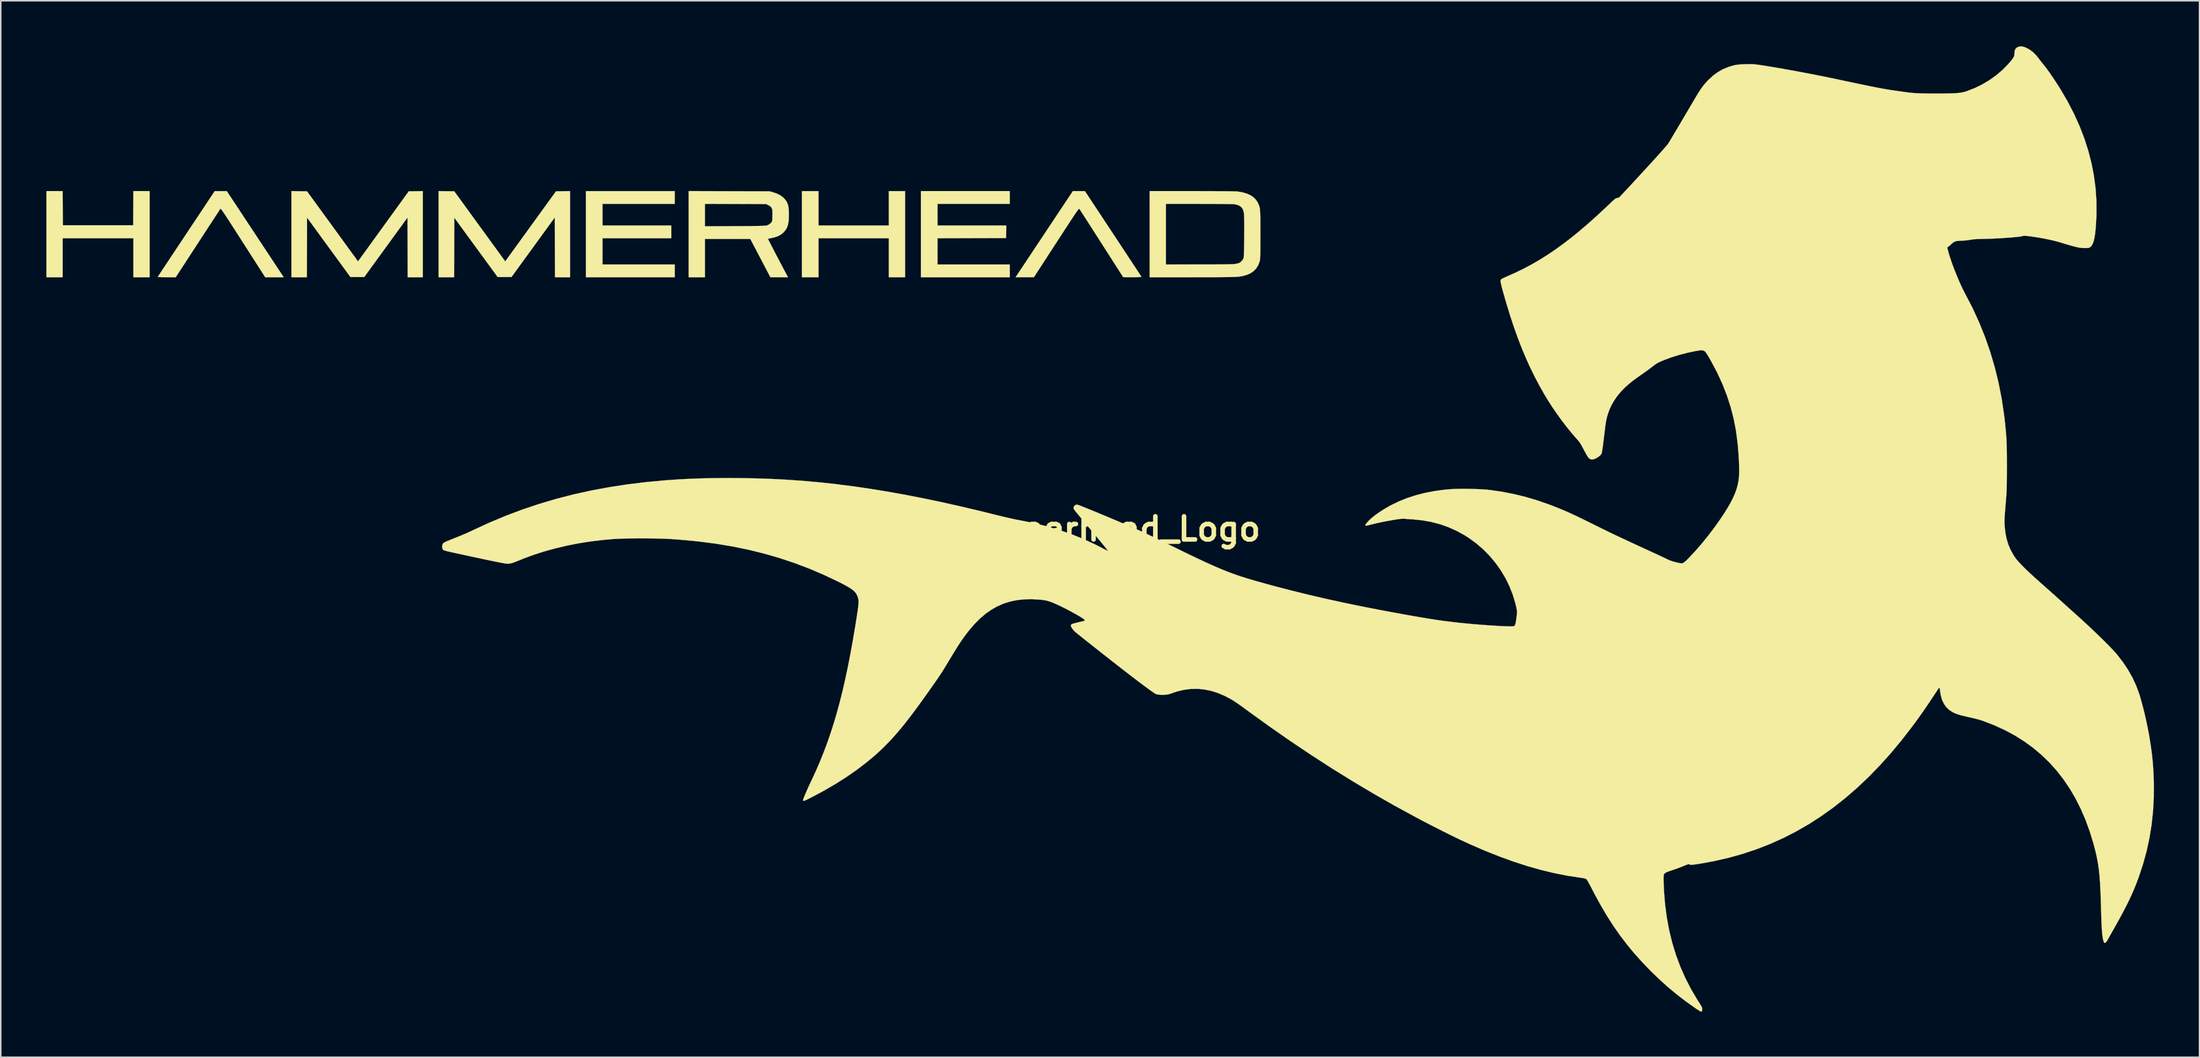
<source format=kicad_pcb>
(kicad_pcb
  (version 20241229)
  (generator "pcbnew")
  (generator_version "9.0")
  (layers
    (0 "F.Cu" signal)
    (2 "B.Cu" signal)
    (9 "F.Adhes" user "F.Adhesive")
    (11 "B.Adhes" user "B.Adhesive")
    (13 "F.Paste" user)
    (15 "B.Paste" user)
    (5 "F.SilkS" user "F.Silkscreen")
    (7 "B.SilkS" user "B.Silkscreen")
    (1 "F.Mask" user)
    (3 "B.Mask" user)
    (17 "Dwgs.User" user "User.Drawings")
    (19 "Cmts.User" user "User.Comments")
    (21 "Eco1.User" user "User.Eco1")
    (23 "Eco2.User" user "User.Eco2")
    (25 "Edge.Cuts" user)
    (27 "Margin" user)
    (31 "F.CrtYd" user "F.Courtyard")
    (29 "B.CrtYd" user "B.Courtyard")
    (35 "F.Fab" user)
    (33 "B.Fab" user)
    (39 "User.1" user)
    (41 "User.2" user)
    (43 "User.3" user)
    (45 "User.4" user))
  (footprint "hammerhead_Logo"
    (layer "F.Cu")
    (at 69.34 31.782)
    (property "Reference" "hammerhead_Logo" (at 0 0 0) (layer "F.SilkS") (effects (font (size 1.524 1.524) (thickness 0.3))))
    (attr through_hole)
    (fp_poly (pts (xy -27.993 -21.408) (xy -32.748 -21.408) (xy -32.748 -19.984) (xy -28.222 -19.984) (xy -28.222 -19.145) (xy -32.748 -19.145) (xy -32.748 -17.416) (xy -27.993 -17.416) (xy -27.993 -16.577) (xy -33.841 -16.577) (xy -33.841 -22.247) (xy -27.993 -22.247) (xy -27.993 -21.408)) (stroke (width 0.01) (type solid)) (fill yes) (layer "F.SilkS"))
    (fp_poly (pts (xy -18.535 -19.984) (xy -13.908 -19.984) (xy -13.908 -22.247) (xy -12.84 -22.247) (xy -12.84 -16.577) (xy -13.908 -16.577) (xy -13.908 -19.145) (xy -18.535 -19.145) (xy -18.535 -16.577) (xy -19.628 -16.577) (xy -19.628 -22.247) (xy -18.535 -22.247) (xy -18.535 -19.984)) (stroke (width 0.01) (type solid)) (fill yes) (layer "F.SilkS"))
    (fp_poly (pts (xy -68.255 -19.997) (xy -63.627 -19.997) (xy -63.621 -21.122) (xy -63.614 -22.247) (xy -62.547 -22.247) (xy -62.547 -16.577) (xy -63.614 -16.577) (xy -63.614 -19.145) (xy -68.267 -19.145) (xy -68.267 -16.577) (xy -69.335 -16.577) (xy -69.335 -22.247) (xy -68.268 -22.247) (xy -68.255 -19.997)) (stroke (width 0.01) (type solid)) (fill yes) (layer "F.SilkS"))
    (fp_poly (pts (xy -5.95 -21.408) (xy -10.704 -21.408) (xy -10.704 -19.984) (xy -6.177 -19.984) (xy -6.191 -19.158) (xy -8.448 -19.152) (xy -10.704 -19.145) (xy -10.704 -17.416) (xy -5.95 -17.416) (xy -5.95 -16.577) (xy -11.797 -16.577) (xy -11.797 -22.247) (xy -5.95 -22.247) (xy -5.95 -21.408)) (stroke (width 0.01) (type solid)) (fill yes) (layer "F.SilkS"))
    (fp_poly (pts (xy -34.884 -16.577) (xy -35.875 -16.577) (xy -35.888 -20.511) (xy -37.312 -18.551) (xy -38.736 -16.59) (xy -39.646 -16.59) (xy -42.499 -20.5) (xy -42.505 -18.539) (xy -42.512 -16.577) (xy -43.528 -16.577) (xy -43.528 -22.248) (xy -42.502 -22.235) (xy -40.824 -19.927) (xy -39.147 -17.62) (xy -39.049 -17.754) (xy -39.021 -17.792) (xy -38.966 -17.869) (xy -38.884 -17.982) (xy -38.779 -18.126) (xy -38.653 -18.301) (xy -38.508 -18.502) (xy -38.345 -18.727) (xy -38.167 -18.972) (xy -37.977 -19.236) (xy -37.775 -19.515) (xy -37.565 -19.805) (xy -37.38 -20.061) (xy -35.808 -22.235) (xy -34.884 -22.248) (xy -34.884 -16.577)) (stroke (width 0.01) (type solid)) (fill yes) (layer "F.SilkS"))
    (fp_poly (pts (xy -44.571 -16.577) (xy -45.562 -16.577) (xy -45.569 -18.544) (xy -45.575 -20.511) (xy -48.423 -16.59) (xy -49.333 -16.59) (xy -50.759 -18.545) (xy -52.186 -20.501) (xy -52.192 -18.539) (xy -52.199 -16.577) (xy -53.215 -16.577) (xy -53.215 -22.248) (xy -52.702 -22.241) (xy -52.189 -22.235) (xy -50.511 -19.928) (xy -48.834 -17.621) (xy -48.736 -17.754) (xy -48.708 -17.792) (xy -48.652 -17.869) (xy -48.571 -17.982) (xy -48.466 -18.126) (xy -48.34 -18.301) (xy -48.194 -18.502) (xy -48.032 -18.727) (xy -47.854 -18.972) (xy -47.663 -19.236) (xy -47.462 -19.515) (xy -47.252 -19.805) (xy -47.067 -20.061) (xy -45.495 -22.235) (xy -45.033 -22.241) (xy -44.571 -22.248) (xy -44.571 -16.577)) (stroke (width 0.01) (type solid)) (fill yes) (layer "F.SilkS"))
    (fp_poly (pts (xy -55.719 -19.597) (xy -55.497 -19.261) (xy -55.282 -18.935) (xy -55.074 -18.621) (xy -54.876 -18.321) (xy -54.691 -18.04) (xy -54.518 -17.779) (xy -54.361 -17.541) (xy -54.221 -17.329) (xy -54.1 -17.146) (xy -54 -16.995) (xy -53.923 -16.878) (xy -53.87 -16.799) (xy -53.846 -16.762) (xy -53.722 -16.577) (xy -54.94 -16.577) (xy -56.398 -18.854) (xy -56.631 -19.218) (xy -56.838 -19.541) (xy -57.022 -19.826) (xy -57.182 -20.076) (xy -57.321 -20.291) (xy -57.441 -20.475) (xy -57.542 -20.629) (xy -57.627 -20.757) (xy -57.697 -20.86) (xy -57.753 -20.941) (xy -57.797 -21.001) (xy -57.831 -21.044) (xy -57.855 -21.071) (xy -57.872 -21.085) (xy -57.883 -21.088) (xy -57.889 -21.085) (xy -57.907 -21.058) (xy -57.951 -20.991) (xy -58.019 -20.887) (xy -58.109 -20.749) (xy -58.22 -20.58) (xy -58.348 -20.383) (xy -58.494 -20.16) (xy -58.654 -19.915) (xy -58.826 -19.65) (xy -59.01 -19.368) (xy -59.203 -19.072) (xy -59.374 -18.808) (xy -60.827 -16.577) (xy -61.422 -16.577) (xy -61.589 -16.578) (xy -61.737 -16.581) (xy -61.86 -16.584) (xy -61.95 -16.589) (xy -62 -16.595) (xy -62.008 -16.599) (xy -61.994 -16.622) (xy -61.952 -16.686) (xy -61.886 -16.786) (xy -61.797 -16.922) (xy -61.686 -17.09) (xy -61.555 -17.288) (xy -61.405 -17.513) (xy -61.24 -17.763) (xy -61.059 -18.036) (xy -60.865 -18.329) (xy -60.659 -18.639) (xy -60.443 -18.964) (xy -60.218 -19.302) (xy -60.131 -19.433) (xy -58.262 -22.246) (xy -57.468 -22.247) (xy -55.719 -19.597)) (stroke (width 0.01) (type solid)) (fill yes) (layer "F.SilkS"))
    (fp_poly (pts (xy -1.401 -22.247) (xy -1.004 -22.246) (xy 0.852 -19.434) (xy 1.078 -19.092) (xy 1.296 -18.761) (xy 1.504 -18.445) (xy 1.702 -18.145) (xy 1.887 -17.864) (xy 2.058 -17.605) (xy 2.212 -17.37) (xy 2.35 -17.161) (xy 2.467 -16.981) (xy 2.564 -16.833) (xy 2.639 -16.719) (xy 2.689 -16.642) (xy 2.714 -16.603) (xy 2.716 -16.6) (xy 2.694 -16.593) (xy 2.628 -16.588) (xy 2.525 -16.584) (xy 2.39 -16.58) (xy 2.231 -16.579) (xy 2.119 -16.579) (xy 1.513 -16.58) (xy 0.089 -18.808) (xy -0.107 -19.114) (xy -0.295 -19.409) (xy -0.475 -19.689) (xy -0.643 -19.952) (xy -0.799 -20.194) (xy -0.94 -20.414) (xy -1.064 -20.607) (xy -1.17 -20.771) (xy -1.256 -20.904) (xy -1.32 -21.002) (xy -1.36 -21.062) (xy -1.373 -21.081) (xy -1.381 -21.086) (xy -1.392 -21.083) (xy -1.408 -21.071) (xy -1.431 -21.047) (xy -1.463 -21.008) (xy -1.504 -20.953) (xy -1.556 -20.88) (xy -1.622 -20.785) (xy -1.701 -20.666) (xy -1.797 -20.522) (xy -1.911 -20.35) (xy -2.044 -20.147) (xy -2.198 -19.912) (xy -2.373 -19.642) (xy -2.573 -19.334) (xy -2.799 -18.987) (xy -2.886 -18.853) (xy -4.36 -16.58) (xy -5.566 -16.577) (xy -3.957 -18.999) (xy -3.741 -19.325) (xy -3.528 -19.646) (xy -3.321 -19.958) (xy -3.121 -20.257) (xy -2.933 -20.542) (xy -2.756 -20.807) (xy -2.594 -21.051) (xy -2.449 -21.269) (xy -2.323 -21.458) (xy -2.218 -21.616) (xy -2.136 -21.739) (xy -2.08 -21.823) (xy -2.073 -21.834) (xy -1.797 -22.247) (xy -1.401 -22.247)) (stroke (width 0.01) (type solid)) (fill yes) (layer "F.SilkS"))
    (fp_poly (pts (xy -21.751 -22.234) (xy -21.548 -22.176) (xy -21.282 -22.086) (xy -21.061 -21.977) (xy -20.879 -21.846) (xy -20.825 -21.795) (xy -20.719 -21.68) (xy -20.637 -21.564) (xy -20.575 -21.439) (xy -20.531 -21.298) (xy -20.503 -21.131) (xy -20.488 -20.931) (xy -20.483 -20.69) (xy -20.483 -20.684) (xy -20.49 -20.416) (xy -20.513 -20.191) (xy -20.553 -20) (xy -20.614 -19.836) (xy -20.698 -19.691) (xy -20.807 -19.559) (xy -20.865 -19.501) (xy -21.026 -19.375) (xy -21.217 -19.275) (xy -21.445 -19.199) (xy -21.592 -19.165) (xy -21.701 -19.143) (xy -21.789 -19.124) (xy -21.846 -19.111) (xy -21.862 -19.106) (xy -21.852 -19.083) (xy -21.821 -19.02) (xy -21.771 -18.922) (xy -21.705 -18.794) (xy -21.626 -18.64) (xy -21.536 -18.466) (xy -21.438 -18.276) (xy -21.334 -18.076) (xy -21.226 -17.871) (xy -21.118 -17.665) (xy -21.012 -17.463) (xy -20.911 -17.27) (xy -20.816 -17.091) (xy -20.731 -16.932) (xy -20.659 -16.796) (xy -20.654 -16.787) (xy -20.541 -16.577) (xy -21.701 -16.578) (xy -22.36 -17.836) (xy -23.02 -19.094) (xy -26.01 -19.094) (xy -26.01 -16.577) (xy -27.078 -16.577) (xy -27.078 -19.93) (xy -26.01 -19.93) (xy -24.021 -19.94) (xy -23.621 -19.942) (xy -23.27 -19.944) (xy -22.965 -19.947) (xy -22.705 -19.95) (xy -22.487 -19.954) (xy -22.308 -19.958) (xy -22.167 -19.962) (xy -22.061 -19.967) (xy -21.988 -19.972) (xy -21.946 -19.978) (xy -21.939 -19.98) (xy -21.804 -20.043) (xy -21.685 -20.131) (xy -21.627 -20.196) (xy -21.606 -20.229) (xy -21.59 -20.269) (xy -21.58 -20.325) (xy -21.573 -20.407) (xy -21.569 -20.522) (xy -21.566 -20.641) (xy -21.563 -20.788) (xy -21.563 -20.895) (xy -21.568 -20.972) (xy -21.577 -21.029) (xy -21.592 -21.076) (xy -21.614 -21.123) (xy -21.617 -21.129) (xy -21.662 -21.201) (xy -21.719 -21.256) (xy -21.806 -21.308) (xy -21.828 -21.319) (xy -21.98 -21.395) (xy -23.995 -21.403) (xy -26.01 -21.41) (xy -26.01 -19.93) (xy -27.078 -19.93) (xy -27.078 -22.249) (xy -21.751 -22.234)) (stroke (width 0.01) (type solid)) (fill yes) (layer "F.SilkS"))
    (fp_poly (pts (xy 6.529 -22.247) (xy 6.989 -22.246) (xy 7.405 -22.245) (xy 7.777 -22.243) (xy 8.103 -22.241) (xy 8.384 -22.238) (xy 8.617 -22.235) (xy 8.802 -22.231) (xy 8.939 -22.226) (xy 9.026 -22.222) (xy 9.043 -22.22) (xy 9.357 -22.168) (xy 9.636 -22.088) (xy 9.879 -21.979) (xy 10.082 -21.844) (xy 10.245 -21.684) (xy 10.364 -21.499) (xy 10.374 -21.479) (xy 10.406 -21.41) (xy 10.434 -21.347) (xy 10.457 -21.288) (xy 10.477 -21.226) (xy 10.493 -21.159) (xy 10.506 -21.082) (xy 10.517 -20.99) (xy 10.525 -20.88) (xy 10.53 -20.747) (xy 10.534 -20.586) (xy 10.537 -20.395) (xy 10.538 -20.167) (xy 10.539 -19.9) (xy 10.539 -19.589) (xy 10.539 -19.387) (xy 10.539 -19.059) (xy 10.538 -18.778) (xy 10.538 -18.539) (xy 10.537 -18.34) (xy 10.535 -18.174) (xy 10.532 -18.04) (xy 10.529 -17.931) (xy 10.525 -17.845) (xy 10.52 -17.777) (xy 10.514 -17.723) (xy 10.506 -17.679) (xy 10.498 -17.641) (xy 10.493 -17.622) (xy 10.4 -17.377) (xy 10.272 -17.166) (xy 10.107 -16.99) (xy 9.903 -16.847) (xy 9.661 -16.737) (xy 9.478 -16.681) (xy 9.415 -16.665) (xy 9.353 -16.651) (xy 9.288 -16.639) (xy 9.218 -16.628) (xy 9.14 -16.618) (xy 9.05 -16.61) (xy 8.945 -16.603) (xy 8.823 -16.597) (xy 8.68 -16.592) (xy 8.513 -16.588) (xy 8.319 -16.585) (xy 8.096 -16.582) (xy 7.839 -16.58) (xy 7.547 -16.579) (xy 7.215 -16.578) (xy 6.841 -16.578) (xy 6.422 -16.578) (xy 6.045 -16.577) (xy 3.254 -16.577) (xy 3.254 -17.416) (xy 4.322 -17.416) (xy 6.515 -17.417) (xy 6.922 -17.418) (xy 7.281 -17.418) (xy 7.595 -17.419) (xy 7.867 -17.421) (xy 8.101 -17.423) (xy 8.298 -17.425) (xy 8.463 -17.428) (xy 8.598 -17.432) (xy 8.707 -17.436) (xy 8.791 -17.441) (xy 8.855 -17.446) (xy 8.901 -17.453) (xy 8.901 -17.453) (xy 9.006 -17.475) (xy 9.102 -17.501) (xy 9.168 -17.525) (xy 9.171 -17.527) (xy 9.268 -17.598) (xy 9.358 -17.699) (xy 9.424 -17.81) (xy 9.436 -17.842) (xy 9.444 -17.889) (xy 9.451 -17.982) (xy 9.457 -18.114) (xy 9.462 -18.279) (xy 9.467 -18.471) (xy 9.472 -18.685) (xy 9.475 -18.915) (xy 9.478 -19.155) (xy 9.48 -19.399) (xy 9.481 -19.641) (xy 9.481 -19.875) (xy 9.48 -20.096) (xy 9.478 -20.298) (xy 9.474 -20.475) (xy 9.47 -20.62) (xy 9.465 -20.729) (xy 9.46 -20.785) (xy 9.418 -20.971) (xy 9.347 -21.119) (xy 9.242 -21.233) (xy 9.101 -21.314) (xy 8.919 -21.368) (xy 8.835 -21.382) (xy 8.779 -21.386) (xy 8.675 -21.39) (xy 8.526 -21.394) (xy 8.337 -21.397) (xy 8.108 -21.4) (xy 7.845 -21.403) (xy 7.55 -21.405) (xy 7.226 -21.406) (xy 6.877 -21.407) (xy 6.505 -21.408) (xy 6.49 -21.408) (xy 4.322 -21.408) (xy 4.322 -17.416) (xy 3.254 -17.416) (xy 3.254 -22.247) (xy 6.027 -22.247) (xy 6.529 -22.247)) (stroke (width 0.01) (type solid)) (fill yes) (layer "F.SilkS"))
    (fp_poly (pts (xy 60.784 -31.743) (xy 60.864 -31.714) (xy 61.124 -31.584) (xy 61.367 -31.407) (xy 61.589 -31.185) (xy 61.721 -31.019) (xy 61.799 -30.915) (xy 61.897 -30.789) (xy 62.002 -30.656) (xy 62.096 -30.541) (xy 62.205 -30.404) (xy 62.334 -30.23) (xy 62.479 -30.027) (xy 62.635 -29.801) (xy 62.796 -29.56) (xy 62.959 -29.312) (xy 63.117 -29.063) (xy 63.213 -28.909) (xy 63.675 -28.114) (xy 64.086 -27.315) (xy 64.447 -26.513) (xy 64.757 -25.707) (xy 65.016 -24.898) (xy 65.225 -24.085) (xy 65.383 -23.269) (xy 65.491 -22.45) (xy 65.548 -21.628) (xy 65.554 -20.802) (xy 65.546 -20.552) (xy 65.526 -20.168) (xy 65.503 -19.832) (xy 65.475 -19.541) (xy 65.441 -19.292) (xy 65.401 -19.083) (xy 65.355 -18.911) (xy 65.302 -18.773) (xy 65.241 -18.666) (xy 65.172 -18.588) (xy 65.151 -18.571) (xy 65.108 -18.539) (xy 65.068 -18.518) (xy 65.021 -18.506) (xy 64.954 -18.5) (xy 64.857 -18.499) (xy 64.76 -18.5) (xy 64.64 -18.502) (xy 64.537 -18.509) (xy 64.438 -18.522) (xy 64.329 -18.543) (xy 64.196 -18.574) (xy 64.059 -18.609) (xy 63.881 -18.658) (xy 63.68 -18.716) (xy 63.48 -18.775) (xy 63.302 -18.83) (xy 63.271 -18.84) (xy 63.036 -18.91) (xy 62.761 -18.981) (xy 62.457 -19.05) (xy 62.136 -19.116) (xy 61.807 -19.177) (xy 61.482 -19.229) (xy 61.173 -19.272) (xy 61.061 -19.285) (xy 60.926 -19.299) (xy 60.83 -19.305) (xy 60.763 -19.305) (xy 60.714 -19.296) (xy 60.68 -19.284) (xy 60.626 -19.27) (xy 60.528 -19.254) (xy 60.391 -19.238) (xy 60.221 -19.22) (xy 60.024 -19.203) (xy 59.806 -19.185) (xy 59.573 -19.168) (xy 59.332 -19.152) (xy 59.087 -19.137) (xy 58.846 -19.125) (xy 58.614 -19.115) (xy 58.397 -19.107) (xy 58.224 -19.103) (xy 57.99 -19.099) (xy 57.799 -19.093) (xy 57.642 -19.086) (xy 57.512 -19.077) (xy 57.401 -19.065) (xy 57.299 -19.05) (xy 57.258 -19.042) (xy 57.121 -19.021) (xy 56.956 -19.002) (xy 56.785 -18.988) (xy 56.657 -18.982) (xy 56.492 -18.975) (xy 56.366 -18.962) (xy 56.266 -18.939) (xy 56.18 -18.9) (xy 56.095 -18.841) (xy 56 -18.758) (xy 55.959 -18.72) (xy 55.882 -18.65) (xy 55.816 -18.595) (xy 55.772 -18.565) (xy 55.761 -18.561) (xy 55.746 -18.559) (xy 55.738 -18.55) (xy 55.737 -18.525) (xy 55.746 -18.477) (xy 55.766 -18.4) (xy 55.797 -18.284) (xy 55.819 -18.202) (xy 55.896 -17.944) (xy 55.993 -17.652) (xy 56.105 -17.338) (xy 56.229 -17.011) (xy 56.361 -16.682) (xy 56.497 -16.36) (xy 56.632 -16.055) (xy 56.763 -15.777) (xy 56.886 -15.537) (xy 56.907 -15.499) (xy 57.392 -14.563) (xy 57.83 -13.609) (xy 58.222 -12.637) (xy 58.566 -11.646) (xy 58.863 -10.635) (xy 59.115 -9.605) (xy 59.319 -8.554) (xy 59.478 -7.481) (xy 59.532 -7.017) (xy 59.559 -6.754) (xy 59.582 -6.514) (xy 59.602 -6.289) (xy 59.618 -6.073) (xy 59.63 -5.859) (xy 59.64 -5.638) (xy 59.648 -5.404) (xy 59.653 -5.149) (xy 59.657 -4.867) (xy 59.658 -4.549) (xy 59.659 -4.189) (xy 59.659 -4.132) (xy 59.658 -3.786) (xy 59.657 -3.464) (xy 59.654 -3.17) (xy 59.65 -2.907) (xy 59.644 -2.681) (xy 59.638 -2.495) (xy 59.631 -2.354) (xy 59.629 -2.314) (xy 59.618 -2.177) (xy 59.604 -2.001) (xy 59.588 -1.799) (xy 59.571 -1.584) (xy 59.554 -1.368) (xy 59.542 -1.22) (xy 59.525 -1.002) (xy 59.513 -0.826) (xy 59.504 -0.681) (xy 59.5 -0.558) (xy 59.5 -0.448) (xy 59.503 -0.342) (xy 59.51 -0.229) (xy 59.516 -0.14) (xy 59.565 0.284) (xy 59.645 0.673) (xy 59.757 1.036) (xy 59.906 1.382) (xy 60.093 1.719) (xy 60.19 1.869) (xy 60.29 2.003) (xy 60.427 2.163) (xy 60.602 2.35) (xy 60.815 2.565) (xy 61.067 2.808) (xy 61.358 3.079) (xy 61.689 3.38) (xy 61.935 3.599) (xy 62.117 3.76) (xy 62.3 3.923) (xy 62.477 4.08) (xy 62.642 4.227) (xy 62.788 4.357) (xy 62.909 4.465) (xy 62.999 4.546) (xy 63.005 4.551) (xy 63.082 4.621) (xy 63.193 4.72) (xy 63.331 4.845) (xy 63.492 4.99) (xy 63.671 5.151) (xy 63.864 5.325) (xy 64.064 5.505) (xy 64.268 5.689) (xy 64.316 5.731) (xy 64.614 6.002) (xy 64.91 6.275) (xy 65.202 6.548) (xy 65.486 6.818) (xy 65.757 7.079) (xy 66.012 7.33) (xy 66.248 7.565) (xy 66.46 7.781) (xy 66.644 7.975) (xy 66.797 8.143) (xy 66.908 8.272) (xy 67.293 8.77) (xy 67.629 9.274) (xy 67.918 9.787) (xy 68.162 10.313) (xy 68.363 10.855) (xy 68.407 10.996) (xy 68.514 11.368) (xy 68.623 11.777) (xy 68.729 12.21) (xy 68.83 12.656) (xy 68.923 13.1) (xy 69.006 13.53) (xy 69.041 13.734) (xy 69.127 14.275) (xy 69.196 14.784) (xy 69.249 15.278) (xy 69.287 15.771) (xy 69.313 16.281) (xy 69.327 16.755) (xy 69.323 17.683) (xy 69.274 18.588) (xy 69.179 19.477) (xy 69.038 20.352) (xy 68.851 21.216) (xy 68.615 22.075) (xy 68.331 22.931) (xy 68.159 23.391) (xy 68.018 23.738) (xy 67.863 24.093) (xy 67.691 24.462) (xy 67.499 24.849) (xy 67.284 25.262) (xy 67.044 25.705) (xy 66.832 26.086) (xy 66.723 26.28) (xy 66.617 26.467) (xy 66.519 26.641) (xy 66.432 26.796) (xy 66.359 26.925) (xy 66.304 27.022) (xy 66.276 27.072) (xy 66.205 27.183) (xy 66.146 27.246) (xy 66.095 27.26) (xy 66.054 27.227) (xy 66.033 27.186) (xy 66.007 27.112) (xy 65.984 27.026) (xy 65.963 26.923) (xy 65.945 26.799) (xy 65.929 26.652) (xy 65.914 26.478) (xy 65.901 26.272) (xy 65.889 26.031) (xy 65.877 25.751) (xy 65.866 25.43) (xy 65.856 25.062) (xy 65.852 24.93) (xy 65.838 24.454) (xy 65.823 24.024) (xy 65.806 23.635) (xy 65.786 23.281) (xy 65.762 22.956) (xy 65.735 22.656) (xy 65.703 22.376) (xy 65.665 22.109) (xy 65.622 21.852) (xy 65.572 21.598) (xy 65.516 21.342) (xy 65.451 21.08) (xy 65.378 20.806) (xy 65.359 20.734) (xy 65.115 19.933) (xy 64.837 19.169) (xy 64.525 18.443) (xy 64.179 17.755) (xy 63.799 17.104) (xy 63.384 16.491) (xy 62.936 15.915) (xy 62.453 15.377) (xy 61.935 14.876) (xy 61.383 14.411) (xy 60.796 13.984) (xy 60.175 13.594) (xy 59.518 13.241) (xy 58.827 12.924) (xy 58.1 12.644) (xy 58.017 12.615) (xy 57.893 12.576) (xy 57.734 12.531) (xy 57.555 12.484) (xy 57.371 12.439) (xy 57.229 12.407) (xy 56.978 12.351) (xy 56.769 12.302) (xy 56.596 12.257) (xy 56.451 12.214) (xy 56.327 12.171) (xy 56.217 12.125) (xy 56.112 12.075) (xy 56.102 12.07) (xy 55.875 11.925) (xy 55.683 11.745) (xy 55.526 11.529) (xy 55.403 11.277) (xy 55.316 10.987) (xy 55.262 10.661) (xy 55.261 10.647) (xy 55.249 10.558) (xy 55.235 10.492) (xy 55.223 10.462) (xy 55.223 10.462) (xy 55.216 10.458) (xy 55.208 10.458) (xy 55.196 10.467) (xy 55.178 10.488) (xy 55.15 10.525) (xy 55.109 10.583) (xy 55.053 10.666) (xy 54.978 10.778) (xy 54.882 10.923) (xy 54.761 11.104) (xy 54.723 11.162) (xy 54.491 11.509) (xy 54.278 11.824) (xy 54.076 12.116) (xy 53.878 12.396) (xy 53.676 12.675) (xy 53.463 12.963) (xy 53.431 13.005) (xy 52.73 13.912) (xy 52.017 14.77) (xy 51.29 15.579) (xy 50.551 16.339) (xy 49.798 17.052) (xy 49.029 17.718) (xy 48.246 18.337) (xy 47.446 18.909) (xy 46.63 19.436) (xy 45.795 19.917) (xy 44.943 20.353) (xy 44.072 20.744) (xy 43.181 21.092) (xy 42.27 21.395) (xy 41.338 21.656) (xy 40.384 21.873) (xy 39.676 22.005) (xy 39.432 22.046) (xy 39.233 22.077) (xy 39.077 22.098) (xy 38.958 22.111) (xy 38.874 22.116) (xy 38.82 22.113) (xy 38.792 22.102) (xy 38.789 22.098) (xy 38.769 22.079) (xy 38.737 22.073) (xy 38.685 22.081) (xy 38.607 22.105) (xy 38.496 22.147) (xy 38.353 22.205) (xy 38.206 22.264) (xy 38.029 22.33) (xy 37.843 22.398) (xy 37.666 22.459) (xy 37.617 22.475) (xy 37.452 22.531) (xy 37.329 22.577) (xy 37.24 22.616) (xy 37.18 22.65) (xy 37.14 22.683) (xy 37.111 22.716) (xy 37.091 22.748) (xy 37.079 22.79) (xy 37.073 22.852) (xy 37.071 22.946) (xy 37.071 23.068) (xy 37.072 23.205) (xy 37.077 23.375) (xy 37.084 23.56) (xy 37.092 23.743) (xy 37.096 23.824) (xy 37.168 24.72) (xy 37.282 25.588) (xy 37.438 26.429) (xy 37.637 27.245) (xy 37.879 28.037) (xy 38.164 28.808) (xy 38.494 29.557) (xy 38.868 30.288) (xy 39.288 31.001) (xy 39.426 31.217) (xy 39.506 31.343) (xy 39.56 31.437) (xy 39.594 31.508) (xy 39.61 31.564) (xy 39.613 31.603) (xy 39.606 31.704) (xy 39.583 31.762) (xy 39.543 31.782) (xy 39.538 31.782) (xy 39.502 31.768) (xy 39.434 31.73) (xy 39.341 31.673) (xy 39.233 31.603) (xy 39.191 31.575) (xy 38.549 31.12) (xy 37.937 30.649) (xy 37.344 30.155) (xy 36.76 29.627) (xy 36.217 29.101) (xy 35.666 28.529) (xy 35.148 27.952) (xy 34.662 27.364) (xy 34.2 26.757) (xy 33.76 26.126) (xy 33.337 25.465) (xy 32.927 24.768) (xy 32.524 24.028) (xy 32.393 23.774) (xy 32.276 23.549) (xy 32.177 23.364) (xy 32.096 23.22) (xy 32.034 23.119) (xy 31.992 23.063) (xy 31.982 23.054) (xy 31.932 23.029) (xy 31.849 23.006) (xy 31.727 22.983) (xy 31.561 22.958) (xy 31.553 22.957) (xy 30.712 22.828) (xy 29.856 22.658) (xy 28.984 22.447) (xy 28.095 22.194) (xy 27.186 21.9) (xy 26.257 21.563) (xy 25.307 21.184) (xy 24.333 20.761) (xy 23.671 20.456) (xy 23.454 20.352) (xy 23.199 20.227) (xy 22.916 20.087) (xy 22.611 19.935) (xy 22.294 19.774) (xy 21.971 19.61) (xy 21.65 19.445) (xy 21.341 19.285) (xy 21.049 19.132) (xy 20.811 19.006) (xy 19.4 18.237) (xy 18.006 17.442) (xy 16.623 16.618) (xy 15.245 15.764) (xy 13.87 14.874) (xy 12.491 13.948) (xy 11.103 12.98) (xy 9.703 11.969) (xy 9.429 11.767) (xy 9.269 11.651) (xy 9.103 11.534) (xy 8.942 11.423) (xy 8.796 11.327) (xy 8.675 11.251) (xy 8.638 11.228) (xy 8.183 10.987) (xy 7.732 10.797) (xy 7.285 10.657) (xy 6.84 10.567) (xy 6.395 10.526) (xy 5.948 10.536) (xy 5.499 10.595) (xy 5.045 10.704) (xy 4.589 10.86) (xy 4.467 10.893) (xy 4.313 10.915) (xy 4.143 10.924) (xy 3.972 10.921) (xy 3.816 10.906) (xy 3.691 10.877) (xy 3.674 10.871) (xy 3.618 10.841) (xy 3.524 10.781) (xy 3.394 10.692) (xy 3.231 10.576) (xy 3.037 10.434) (xy 2.813 10.268) (xy 2.562 10.079) (xy 2.285 9.869) (xy 1.986 9.64) (xy 1.665 9.392) (xy 1.535 9.291) (xy 1.285 9.096) (xy 1.026 8.893) (xy 0.761 8.687) (xy 0.495 8.478) (xy 0.23 8.27) (xy -0.03 8.065) (xy -0.283 7.865) (xy -0.525 7.674) (xy -0.753 7.494) (xy -0.963 7.327) (xy -1.152 7.177) (xy -1.317 7.044) (xy -1.455 6.933) (xy -1.563 6.846) (xy -1.637 6.785) (xy -1.673 6.754) (xy -1.759 6.661) (xy -1.836 6.562) (xy -1.894 6.468) (xy -1.928 6.39) (xy -1.932 6.361) (xy -1.912 6.307) (xy -1.875 6.271) (xy -1.83 6.252) (xy -1.742 6.225) (xy -1.62 6.192) (xy -1.471 6.154) (xy -1.304 6.114) (xy -1.125 6.074) (xy -1.074 6.063) (xy -1.026 6.038) (xy -1.024 5.997) (xy -1.067 5.945) (xy -1.092 5.925) (xy -1.232 5.831) (xy -1.411 5.722) (xy -1.62 5.601) (xy -1.851 5.473) (xy -2.095 5.343) (xy -2.345 5.214) (xy -2.591 5.092) (xy -2.827 4.981) (xy -2.961 4.92) (xy -3.181 4.828) (xy -3.376 4.76) (xy -3.563 4.711) (xy -3.76 4.677) (xy -3.966 4.654) (xy -4.493 4.624) (xy -4.991 4.634) (xy -5.464 4.684) (xy -5.915 4.776) (xy -6.344 4.91) (xy -6.756 5.087) (xy -7.151 5.31) (xy -7.533 5.578) (xy -7.903 5.892) (xy -8.264 6.255) (xy -8.619 6.667) (xy -8.822 6.928) (xy -8.975 7.137) (xy -9.13 7.358) (xy -9.29 7.598) (xy -9.46 7.864) (xy -9.645 8.162) (xy -9.844 8.492) (xy -10 8.752) (xy -10.135 8.975) (xy -10.255 9.172) (xy -10.365 9.348) (xy -10.47 9.513) (xy -10.576 9.674) (xy -10.688 9.841) (xy -10.811 10.019) (xy -10.951 10.219) (xy -11.111 10.448) (xy -11.149 10.501) (xy -11.457 10.935) (xy -11.74 11.33) (xy -12.002 11.691) (xy -12.245 12.02) (xy -12.472 12.321) (xy -12.686 12.6) (xy -12.889 12.858) (xy -13.086 13.1) (xy -13.279 13.33) (xy -13.471 13.552) (xy -13.664 13.77) (xy -13.764 13.879) (xy -14.262 14.393) (xy -14.808 14.898) (xy -15.401 15.393) (xy -16.037 15.876) (xy -16.715 16.346) (xy -17.432 16.802) (xy -18.186 17.24) (xy -18.975 17.661) (xy -19.166 17.757) (xy -19.308 17.827) (xy -19.411 17.874) (xy -19.481 17.899) (xy -19.524 17.904) (xy -19.546 17.891) (xy -19.552 17.861) (xy -19.552 17.86) (xy -19.541 17.812) (xy -19.511 17.723) (xy -19.462 17.599) (xy -19.398 17.446) (xy -19.321 17.268) (xy -19.233 17.07) (xy -19.137 16.859) (xy -19.034 16.639) (xy -18.998 16.565) (xy -18.72 15.965) (xy -18.457 15.359) (xy -18.207 14.743) (xy -17.971 14.115) (xy -17.747 13.471) (xy -17.534 12.807) (xy -17.331 12.121) (xy -17.137 11.408) (xy -16.951 10.665) (xy -16.773 9.89) (xy -16.601 9.078) (xy -16.435 8.226) (xy -16.273 7.331) (xy -16.114 6.39) (xy -16.072 6.128) (xy -16.024 5.827) (xy -15.985 5.573) (xy -15.953 5.358) (xy -15.929 5.179) (xy -15.911 5.031) (xy -15.901 4.909) (xy -15.897 4.807) (xy -15.9 4.722) (xy -15.908 4.648) (xy -15.923 4.58) (xy -15.942 4.513) (xy -15.967 4.443) (xy -15.971 4.433) (xy -16.016 4.33) (xy -16.072 4.234) (xy -16.145 4.143) (xy -16.238 4.053) (xy -16.356 3.962) (xy -16.503 3.865) (xy -16.683 3.759) (xy -16.901 3.641) (xy -17.161 3.508) (xy -17.202 3.487) (xy -18.159 3.032) (xy -19.125 2.618) (xy -20.105 2.246) (xy -21.1 1.913) (xy -22.115 1.62) (xy -23.151 1.365) (xy -24.214 1.148) (xy -25.304 0.967) (xy -26.427 0.822) (xy -27.421 0.726) (xy -27.707 0.703) (xy -27.963 0.683) (xy -28.198 0.667) (xy -28.419 0.654) (xy -28.635 0.644) (xy -28.856 0.636) (xy -29.088 0.631) (xy -29.34 0.627) (xy -29.621 0.624) (xy -29.939 0.623) (xy -30.167 0.623) (xy -30.509 0.623) (xy -30.808 0.625) (xy -31.071 0.627) (xy -31.305 0.631) (xy -31.518 0.637) (xy -31.717 0.646) (xy -31.91 0.656) (xy -32.104 0.67) (xy -32.307 0.686) (xy -32.525 0.706) (xy -32.748 0.727) (xy -33.518 0.819) (xy -34.289 0.94) (xy -35.054 1.09) (xy -35.805 1.266) (xy -36.535 1.466) (xy -37.236 1.689) (xy -37.9 1.933) (xy -38.156 2.037) (xy -38.363 2.122) (xy -38.53 2.186) (xy -38.667 2.233) (xy -38.779 2.264) (xy -38.874 2.282) (xy -38.958 2.288) (xy -38.97 2.288) (xy -39.012 2.287) (xy -39.065 2.282) (xy -39.132 2.273) (xy -39.216 2.261) (xy -39.32 2.243) (xy -39.447 2.219) (xy -39.599 2.19) (xy -39.78 2.153) (xy -39.993 2.109) (xy -40.24 2.058) (xy -40.524 1.998) (xy -40.849 1.928) (xy -41.217 1.849) (xy -41.631 1.76) (xy -41.723 1.74) (xy -42.031 1.674) (xy -42.293 1.617) (xy -42.513 1.569) (xy -42.695 1.528) (xy -42.843 1.494) (xy -42.96 1.466) (xy -43.05 1.442) (xy -43.118 1.423) (xy -43.167 1.406) (xy -43.201 1.39) (xy -43.224 1.376) (xy -43.24 1.362) (xy -43.242 1.36) (xy -43.285 1.276) (xy -43.3 1.169) (xy -43.286 1.057) (xy -43.26 0.988) (xy -43.243 0.96) (xy -43.22 0.934) (xy -43.185 0.907) (xy -43.134 0.877) (xy -43.06 0.842) (xy -42.959 0.797) (xy -42.825 0.742) (xy -42.653 0.673) (xy -42.499 0.611) (xy -42.245 0.51) (xy -42.028 0.421) (xy -41.836 0.34) (xy -41.657 0.262) (xy -41.48 0.182) (xy -41.294 0.094) (xy -41.201 0.05) (xy -40.147 -0.434) (xy -39.083 -0.878) (xy -38.005 -1.283) (xy -36.911 -1.65) (xy -35.799 -1.979) (xy -34.665 -2.272) (xy -33.508 -2.528) (xy -32.323 -2.749) (xy -31.11 -2.936) (xy -29.864 -3.088) (xy -28.583 -3.206) (xy -27.714 -3.266) (xy -26.995 -3.303) (xy -26.236 -3.33) (xy -25.446 -3.347) (xy -24.633 -3.354) (xy -23.808 -3.351) (xy -22.978 -3.338) (xy -22.154 -3.315) (xy -21.345 -3.282) (xy -20.582 -3.241) (xy -19.529 -3.166) (xy -18.465 -3.07) (xy -17.386 -2.953) (xy -16.291 -2.814) (xy -15.175 -2.652) (xy -14.037 -2.467) (xy -12.872 -2.259) (xy -11.678 -2.027) (xy -10.452 -1.77) (xy -9.191 -1.488) (xy -7.892 -1.181) (xy -6.865 -0.927) (xy -6.587 -0.858) (xy -6.311 -0.792) (xy -6.044 -0.73) (xy -5.795 -0.674) (xy -5.574 -0.626) (xy -5.387 -0.589) (xy -5.288 -0.571) (xy -4.401 -0.396) (xy -3.525 -0.179) (xy -2.667 0.076) (xy -1.831 0.369) (xy -1.023 0.699) (xy -0.246 1.062) (xy 0.175 1.281) (xy 0.29 1.342) (xy 0.39 1.392) (xy 0.465 1.427) (xy 0.507 1.443) (xy 0.513 1.444) (xy 0.501 1.423) (xy 0.459 1.367) (xy 0.39 1.279) (xy 0.296 1.161) (xy 0.179 1.018) (xy 0.044 0.852) (xy -0.109 0.666) (xy -0.276 0.464) (xy -0.454 0.249) (xy -0.525 0.165) (xy -0.754 -0.11) (xy -0.953 -0.348) (xy -1.123 -0.553) (xy -1.268 -0.727) (xy -1.388 -0.873) (xy -1.487 -0.993) (xy -1.566 -1.091) (xy -1.628 -1.169) (xy -1.675 -1.23) (xy -1.708 -1.276) (xy -1.73 -1.311) (xy -1.744 -1.337) (xy -1.751 -1.356) (xy -1.753 -1.372) (xy -1.754 -1.388) (xy -1.754 -1.394) (xy -1.729 -1.484) (xy -1.666 -1.554) (xy -1.574 -1.595) (xy -1.514 -1.602) (xy -1.477 -1.592) (xy -1.397 -1.564) (xy -1.279 -1.519) (xy -1.125 -1.458) (xy -0.941 -1.385) (xy -0.729 -1.299) (xy -0.495 -1.203) (xy -0.242 -1.099) (xy 0.026 -0.988) (xy 0.305 -0.872) (xy 0.591 -0.752) (xy 0.88 -0.63) (xy 1.169 -0.508) (xy 1.452 -0.387) (xy 1.727 -0.269) (xy 1.989 -0.156) (xy 2.234 -0.05) (xy 2.459 0.049) (xy 2.659 0.138) (xy 2.732 0.171) (xy 2.856 0.228) (xy 3.02 0.305) (xy 3.216 0.398) (xy 3.44 0.505) (xy 3.684 0.622) (xy 3.942 0.747) (xy 4.208 0.876) (xy 4.476 1.007) (xy 4.64 1.087) (xy 5.145 1.335) (xy 5.609 1.561) (xy 6.035 1.766) (xy 6.427 1.953) (xy 6.788 2.123) (xy 7.122 2.277) (xy 7.433 2.417) (xy 7.725 2.544) (xy 8.001 2.66) (xy 8.264 2.767) (xy 8.519 2.866) (xy 8.769 2.958) (xy 9.018 3.046) (xy 9.269 3.13) (xy 9.526 3.212) (xy 9.794 3.294) (xy 10.074 3.377) (xy 10.234 3.423) (xy 11.346 3.733) (xy 12.496 4.034) (xy 13.685 4.327) (xy 14.914 4.612) (xy 16.187 4.889) (xy 17.505 5.159) (xy 18.869 5.422) (xy 20.213 5.667) (xy 20.646 5.743) (xy 21.037 5.811) (xy 21.391 5.87) (xy 21.717 5.923) (xy 22.021 5.971) (xy 22.309 6.013) (xy 22.59 6.052) (xy 22.87 6.088) (xy 23.156 6.123) (xy 23.455 6.158) (xy 23.62 6.176) (xy 23.891 6.204) (xy 24.177 6.232) (xy 24.473 6.259) (xy 24.775 6.285) (xy 25.079 6.309) (xy 25.381 6.332) (xy 25.674 6.352) (xy 25.955 6.37) (xy 26.22 6.386) (xy 26.463 6.398) (xy 26.681 6.408) (xy 26.868 6.414) (xy 27.02 6.416) (xy 27.133 6.414) (xy 27.201 6.408) (xy 27.216 6.403) (xy 27.253 6.382) (xy 27.283 6.35) (xy 27.307 6.301) (xy 27.328 6.227) (xy 27.349 6.121) (xy 27.371 5.976) (xy 27.385 5.876) (xy 27.406 5.715) (xy 27.418 5.584) (xy 27.422 5.47) (xy 27.415 5.361) (xy 27.397 5.244) (xy 27.368 5.106) (xy 27.326 4.933) (xy 27.319 4.907) (xy 27.149 4.334) (xy 26.931 3.779) (xy 26.669 3.243) (xy 26.365 2.73) (xy 26.019 2.243) (xy 25.636 1.784) (xy 25.216 1.356) (xy 24.761 0.961) (xy 24.274 0.604) (xy 24.002 0.429) (xy 23.477 0.137) (xy 22.935 -0.109) (xy 22.374 -0.308) (xy 21.792 -0.461) (xy 21.189 -0.569) (xy 20.563 -0.632) (xy 20.515 -0.635) (xy 20.368 -0.644) (xy 20.235 -0.654) (xy 20.125 -0.663) (xy 20.048 -0.671) (xy 20.023 -0.674) (xy 19.954 -0.678) (xy 19.842 -0.671) (xy 19.694 -0.655) (xy 19.515 -0.63) (xy 19.312 -0.598) (xy 19.092 -0.561) (xy 18.859 -0.518) (xy 18.622 -0.472) (xy 18.387 -0.422) (xy 18.158 -0.371) (xy 17.944 -0.32) (xy 17.889 -0.306) (xy 17.753 -0.272) (xy 17.634 -0.244) (xy 17.54 -0.225) (xy 17.481 -0.217) (xy 17.465 -0.217) (xy 17.446 -0.241) (xy 17.45 -0.276) (xy 17.482 -0.33) (xy 17.544 -0.406) (xy 17.64 -0.512) (xy 17.649 -0.521) (xy 17.844 -0.707) (xy 18.083 -0.901) (xy 18.362 -1.101) (xy 18.676 -1.302) (xy 19.02 -1.502) (xy 19.145 -1.57) (xy 19.653 -1.817) (xy 20.198 -2.035) (xy 20.776 -2.222) (xy 21.381 -2.377) (xy 22.009 -2.498) (xy 22.655 -2.585) (xy 23.052 -2.62) (xy 23.268 -2.632) (xy 23.521 -2.639) (xy 23.8 -2.642) (xy 24.096 -2.641) (xy 24.399 -2.637) (xy 24.698 -2.628) (xy 24.984 -2.617) (xy 25.246 -2.602) (xy 25.475 -2.585) (xy 25.616 -2.57) (xy 26.417 -2.455) (xy 27.201 -2.303) (xy 27.976 -2.114) (xy 28.751 -1.884) (xy 29.534 -1.613) (xy 30.051 -1.412) (xy 30.241 -1.335) (xy 30.421 -1.261) (xy 30.596 -1.186) (xy 30.771 -1.11) (xy 30.951 -1.028) (xy 31.143 -0.939) (xy 31.352 -0.841) (xy 31.582 -0.73) (xy 31.84 -0.604) (xy 32.13 -0.462) (xy 32.458 -0.299) (xy 32.583 -0.237) (xy 32.803 -0.128) (xy 33.014 -0.024) (xy 33.219 0.077) (xy 33.423 0.176) (xy 33.629 0.276) (xy 33.842 0.378) (xy 34.067 0.484) (xy 34.306 0.597) (xy 34.565 0.718) (xy 34.846 0.849) (xy 35.155 0.992) (xy 35.496 1.15) (xy 35.872 1.323) (xy 36.288 1.514) (xy 36.562 1.64) (xy 36.745 1.725) (xy 36.92 1.806) (xy 37.079 1.881) (xy 37.215 1.946) (xy 37.321 1.997) (xy 37.39 2.032) (xy 37.401 2.037) (xy 37.479 2.071) (xy 37.592 2.11) (xy 37.728 2.151) (xy 37.872 2.19) (xy 38.013 2.224) (xy 38.137 2.249) (xy 38.23 2.262) (xy 38.252 2.263) (xy 38.305 2.257) (xy 38.361 2.237) (xy 38.424 2.197) (xy 38.501 2.134) (xy 38.6 2.041) (xy 38.725 1.916) (xy 38.725 1.915) (xy 39.143 1.47) (xy 39.566 0.984) (xy 39.987 0.465) (xy 40.399 -0.077) (xy 40.796 -0.636) (xy 40.815 -0.665) (xy 41.073 -1.052) (xy 41.295 -1.409) (xy 41.484 -1.741) (xy 41.642 -2.052) (xy 41.771 -2.347) (xy 41.872 -2.63) (xy 41.948 -2.906) (xy 42.001 -3.179) (xy 42.031 -3.445) (xy 42.042 -3.661) (xy 42.044 -3.922) (xy 42.038 -4.222) (xy 42.024 -4.556) (xy 42.002 -4.919) (xy 41.972 -5.304) (xy 41.938 -5.67) (xy 41.834 -6.469) (xy 41.682 -7.256) (xy 41.482 -8.034) (xy 41.232 -8.804) (xy 40.933 -9.566) (xy 40.584 -10.321) (xy 40.185 -11.072) (xy 40.024 -11.35) (xy 39.936 -11.496) (xy 39.862 -11.607) (xy 39.793 -11.686) (xy 39.722 -11.737) (xy 39.639 -11.763) (xy 39.536 -11.767) (xy 39.404 -11.753) (xy 39.235 -11.725) (xy 39.138 -11.707) (xy 38.62 -11.598) (xy 38.102 -11.463) (xy 37.599 -11.306) (xy 37.127 -11.133) (xy 37.041 -11.097) (xy 36.892 -11.035) (xy 36.774 -10.981) (xy 36.674 -10.93) (xy 36.579 -10.872) (xy 36.479 -10.802) (xy 36.36 -10.712) (xy 36.257 -10.631) (xy 36.15 -10.55) (xy 36.015 -10.45) (xy 35.864 -10.341) (xy 35.711 -10.233) (xy 35.619 -10.17) (xy 35.298 -9.945) (xy 35.017 -9.735) (xy 34.769 -9.533) (xy 34.547 -9.334) (xy 34.345 -9.132) (xy 34.204 -8.976) (xy 33.998 -8.72) (xy 33.81 -8.444) (xy 33.647 -8.161) (xy 33.518 -7.883) (xy 33.465 -7.742) (xy 33.422 -7.615) (xy 33.386 -7.504) (xy 33.355 -7.403) (xy 33.329 -7.304) (xy 33.305 -7.201) (xy 33.284 -7.088) (xy 33.263 -6.958) (xy 33.241 -6.804) (xy 33.217 -6.621) (xy 33.19 -6.401) (xy 33.158 -6.138) (xy 33.154 -6.1) (xy 33.119 -5.815) (xy 33.089 -5.577) (xy 33.064 -5.382) (xy 33.041 -5.228) (xy 33.022 -5.11) (xy 33.006 -5.026) (xy 32.991 -4.971) (xy 32.98 -4.946) (xy 32.908 -4.855) (xy 32.803 -4.765) (xy 32.68 -4.684) (xy 32.552 -4.62) (xy 32.434 -4.583) (xy 32.375 -4.577) (xy 32.306 -4.581) (xy 32.246 -4.598) (xy 32.19 -4.632) (xy 32.133 -4.688) (xy 32.071 -4.772) (xy 32 -4.889) (xy 31.914 -5.044) (xy 31.858 -5.15) (xy 31.765 -5.325) (xy 31.69 -5.463) (xy 31.628 -5.572) (xy 31.573 -5.661) (xy 31.52 -5.737) (xy 31.464 -5.808) (xy 31.399 -5.884) (xy 31.342 -5.947) (xy 31.028 -6.308) (xy 30.705 -6.706) (xy 30.379 -7.131) (xy 30.058 -7.574) (xy 29.75 -8.024) (xy 29.462 -8.471) (xy 29.232 -8.851) (xy 28.899 -9.439) (xy 28.585 -10.037) (xy 28.286 -10.647) (xy 28.002 -11.276) (xy 27.729 -11.928) (xy 27.468 -12.607) (xy 27.214 -13.319) (xy 26.967 -14.068) (xy 26.725 -14.859) (xy 26.52 -15.573) (xy 26.459 -15.794) (xy 26.412 -15.972) (xy 26.378 -16.112) (xy 26.357 -16.219) (xy 26.346 -16.299) (xy 26.346 -16.358) (xy 26.355 -16.401) (xy 26.362 -16.417) (xy 26.399 -16.45) (xy 26.48 -16.497) (xy 26.601 -16.556) (xy 26.761 -16.627) (xy 26.766 -16.629) (xy 27.315 -16.874) (xy 27.851 -17.135) (xy 28.377 -17.414) (xy 28.898 -17.715) (xy 29.416 -18.039) (xy 29.936 -18.389) (xy 30.459 -18.767) (xy 30.991 -19.176) (xy 31.534 -19.618) (xy 32.092 -20.096) (xy 32.669 -20.612) (xy 33.267 -21.169) (xy 33.416 -21.31) (xy 33.567 -21.454) (xy 33.686 -21.566) (xy 33.779 -21.65) (xy 33.849 -21.711) (xy 33.902 -21.751) (xy 33.943 -21.775) (xy 33.975 -21.786) (xy 34.004 -21.79) (xy 34.005 -21.79) (xy 34.105 -21.813) (xy 34.165 -21.851) (xy 34.193 -21.879) (xy 34.253 -21.941) (xy 34.341 -22.036) (xy 34.457 -22.159) (xy 34.596 -22.308) (xy 34.757 -22.481) (xy 34.936 -22.674) (xy 35.131 -22.885) (xy 35.34 -23.112) (xy 35.56 -23.35) (xy 35.749 -23.556) (xy 36.041 -23.873) (xy 36.307 -24.164) (xy 36.546 -24.428) (xy 36.758 -24.663) (xy 36.941 -24.868) (xy 37.094 -25.041) (xy 37.216 -25.182) (xy 37.306 -25.289) (xy 37.363 -25.361) (xy 37.378 -25.382) (xy 37.415 -25.442) (xy 37.478 -25.545) (xy 37.564 -25.689) (xy 37.673 -25.871) (xy 37.804 -26.092) (xy 37.957 -26.349) (xy 38.129 -26.64) (xy 38.321 -26.965) (xy 38.531 -27.321) (xy 38.759 -27.707) (xy 39.003 -28.121) (xy 39.22 -28.489) (xy 39.37 -28.737) (xy 39.507 -28.948) (xy 39.639 -29.133) (xy 39.772 -29.301) (xy 39.915 -29.461) (xy 40.032 -29.583) (xy 40.338 -29.862) (xy 40.656 -30.093) (xy 40.992 -30.28) (xy 41.35 -30.426) (xy 41.405 -30.444) (xy 41.57 -30.495) (xy 41.716 -30.533) (xy 41.856 -30.561) (xy 42.004 -30.58) (xy 42.171 -30.593) (xy 42.372 -30.602) (xy 42.448 -30.604) (xy 42.641 -30.608) (xy 42.8 -30.609) (xy 42.938 -30.604) (xy 43.072 -30.594) (xy 43.217 -30.577) (xy 43.325 -30.563) (xy 43.591 -30.524) (xy 43.901 -30.475) (xy 44.248 -30.418) (xy 44.625 -30.354) (xy 45.027 -30.283) (xy 45.447 -30.208) (xy 45.878 -30.129) (xy 46.314 -30.047) (xy 46.749 -29.964) (xy 47.177 -29.88) (xy 47.59 -29.798) (xy 47.984 -29.717) (xy 48.331 -29.644) (xy 48.818 -29.54) (xy 49.259 -29.447) (xy 49.656 -29.363) (xy 50.014 -29.288) (xy 50.335 -29.221) (xy 50.623 -29.162) (xy 50.882 -29.11) (xy 51.114 -29.064) (xy 51.322 -29.025) (xy 51.511 -28.99) (xy 51.683 -28.96) (xy 51.842 -28.933) (xy 51.991 -28.909) (xy 52.134 -28.888) (xy 52.162 -28.884) (xy 52.323 -28.862) (xy 52.492 -28.837) (xy 52.65 -28.815) (xy 52.779 -28.796) (xy 52.796 -28.793) (xy 53.012 -28.763) (xy 53.214 -28.737) (xy 53.411 -28.717) (xy 53.609 -28.701) (xy 53.818 -28.689) (xy 54.044 -28.68) (xy 54.296 -28.674) (xy 54.582 -28.671) (xy 54.91 -28.67) (xy 54.97 -28.67) (xy 55.309 -28.671) (xy 55.603 -28.673) (xy 55.856 -28.677) (xy 56.074 -28.684) (xy 56.26 -28.693) (xy 56.42 -28.705) (xy 56.56 -28.72) (xy 56.684 -28.74) (xy 56.796 -28.763) (xy 56.903 -28.791) (xy 57.009 -28.825) (xy 57.027 -28.831) (xy 57.544 -29.032) (xy 58.041 -29.275) (xy 58.515 -29.559) (xy 58.961 -29.879) (xy 59.374 -30.232) (xy 59.75 -30.616) (xy 59.941 -30.841) (xy 60.033 -30.96) (xy 60.095 -31.054) (xy 60.132 -31.137) (xy 60.151 -31.221) (xy 60.157 -31.319) (xy 60.157 -31.33) (xy 60.17 -31.48) (xy 60.215 -31.595) (xy 60.293 -31.681) (xy 60.36 -31.724) (xy 60.488 -31.771) (xy 60.627 -31.777) (xy 60.784 -31.743)) (stroke (width 0.01) (type solid)) (fill yes) (layer "F.SilkS")))
  (gr_rect
    (start -3 -3)
    (end 141.672 66.569)
    (stroke (width 0.1) (type default))
    (fill no)
    (layer "Edge.Cuts")))
</source>
